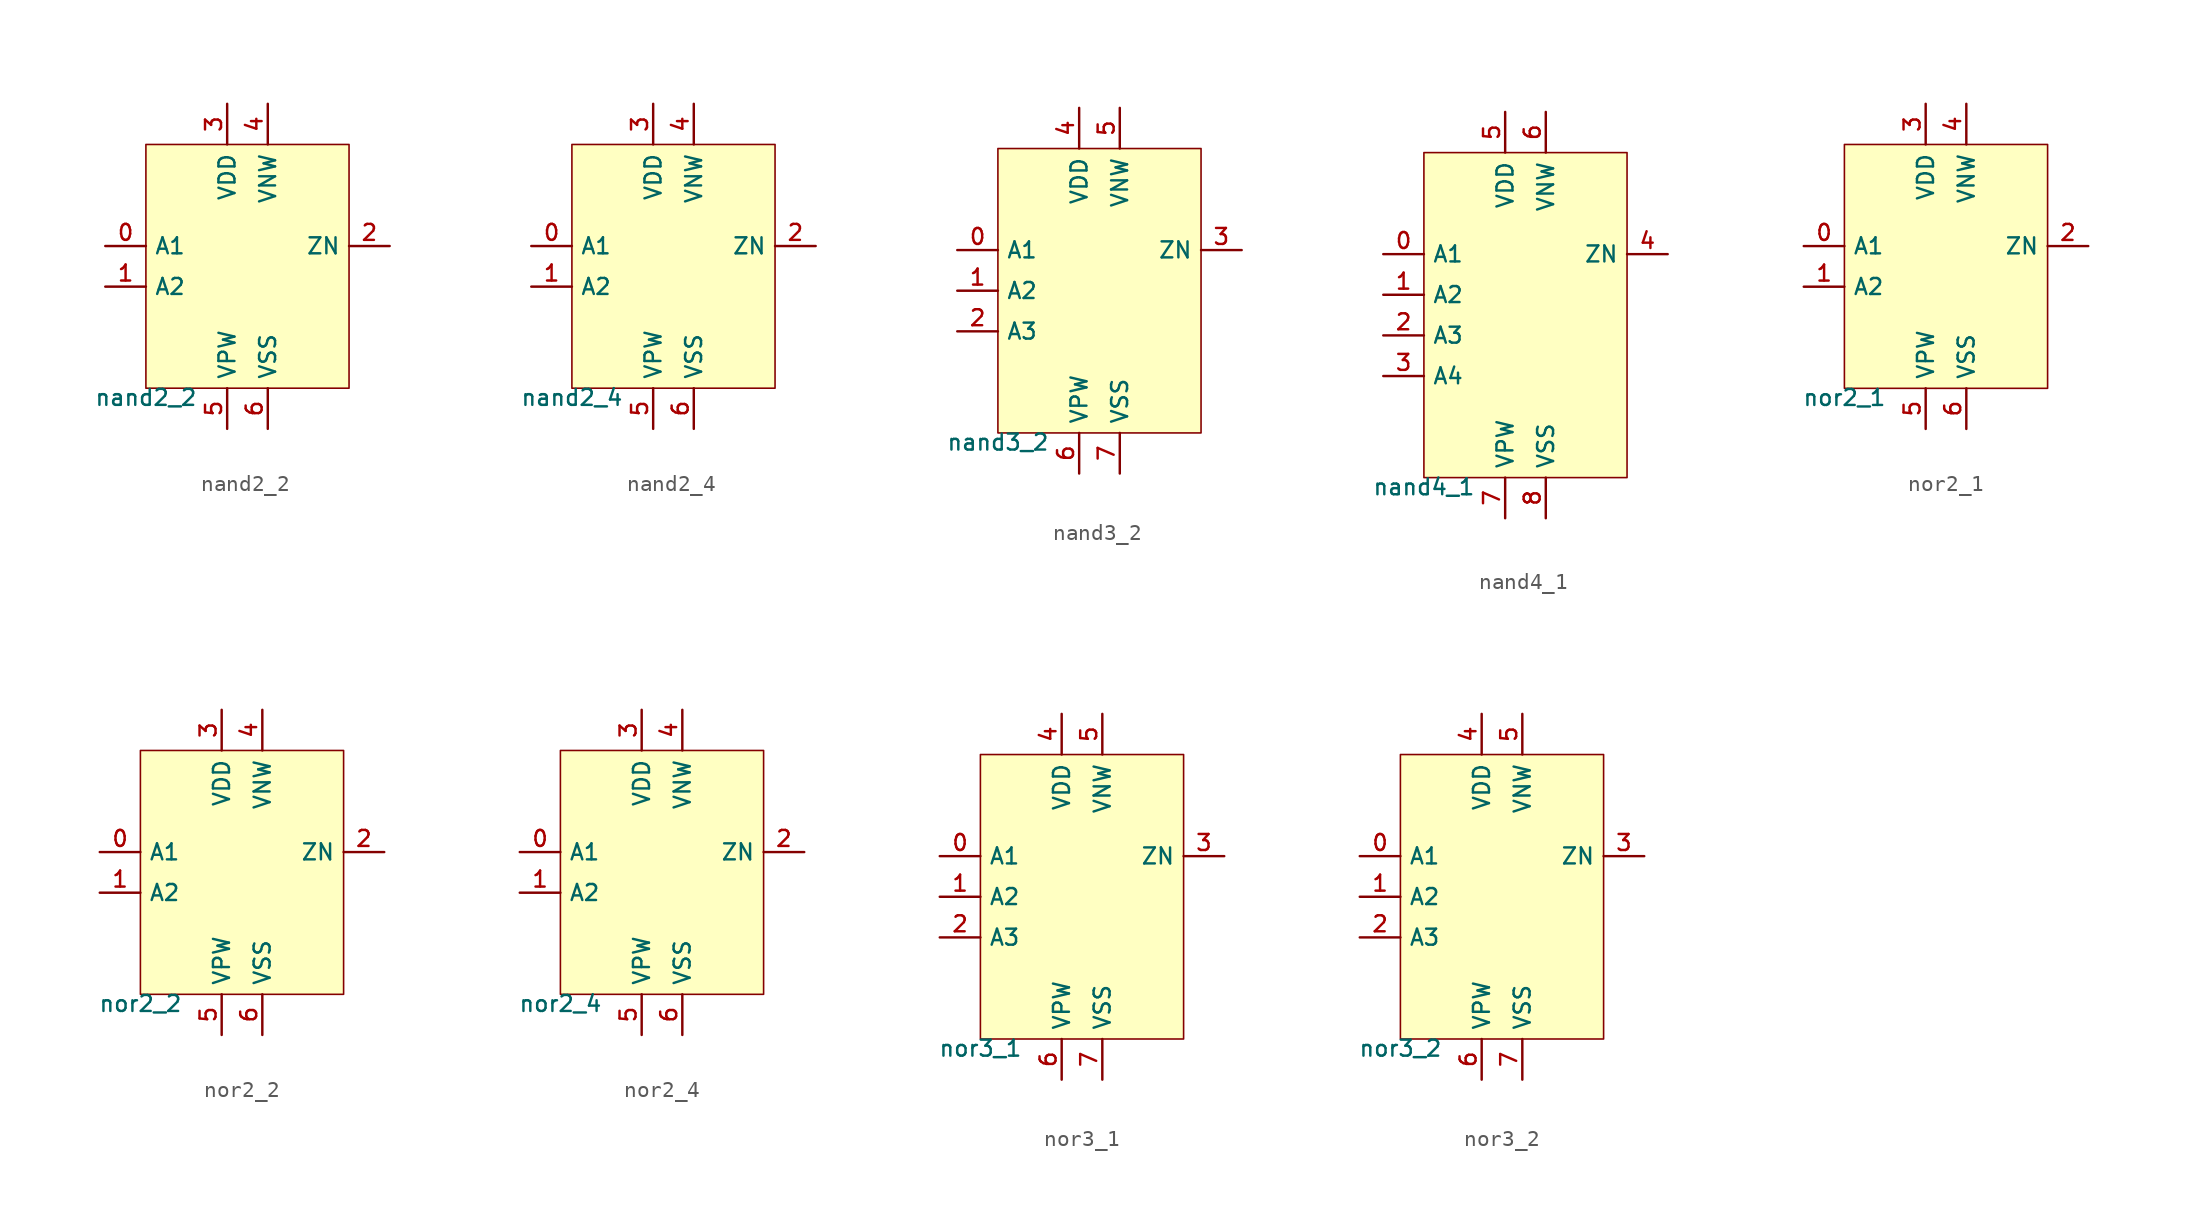
<source format=kicad_sym>
(kicad_symbol_lib
  (version 20211014)
  (generator pdk2kicad)
  (symbol "nand2_2"
    (property "Reference" "X"
      (at 0 0 0)
      (effects (font (size 1 1)) hide))
    (property "Value" "nand2_2"
      (at -6.35 -7.62 0)
      (effects (font (size 1 1)) (justify top)))
    (rectangle
      (start -6.35 -7.62)
      (end 6.35 7.62)
      (stroke (width 0.1) (type solid) (color 0 0 0 0))
      (fill (type background)))
    (pin input line
      (at -8.89 1.27 0)
      (length 2.54)
      (name "A1" (effects (font (size 1 1)) hide))
      (number "0" (effects (font (size 1 1)) hide)))
    (pin input line
      (at -8.89 -1.27 0)
      (length 2.54)
      (name "A2" (effects (font (size 1 1)) hide))
      (number "1" (effects (font (size 1 1)) hide)))
    (pin output line
      (at 8.89 1.27 180)
      (length 2.54)
      (name "ZN" (effects (font (size 1 1)) hide))
      (number "2" (effects (font (size 1 1)) hide)))
    (pin power_in line
      (at -1.27 10.16 270)
      (length 2.54)
      (name "VDD" (effects (font (size 1 1)) hide))
      (number "3" (effects (font (size 1 1)) hide)))
    (pin power_in line
      (at 1.27 10.16 270)
      (length 2.54)
      (name "VNW" (effects (font (size 1 1)) hide))
      (number "4" (effects (font (size 1 1)) hide)))
    (pin power_in line
      (at -1.27 -10.16 90)
      (length 2.54)
      (name "VPW" (effects (font (size 1 1)) hide))
      (number "5" (effects (font (size 1 1)) hide)))
    (pin power_in line
      (at 1.27 -10.16 90)
      (length 2.54)
      (name "VSS" (effects (font (size 1 1)) hide))
      (number "6" (effects (font (size 1 1)) hide))))
  (symbol "nand2_4"
    (property "Reference" "X"
      (at 0 0 0)
      (effects (font (size 1 1)) hide))
    (property "Value" "nand2_4"
      (at -6.35 -7.62 0)
      (effects (font (size 1 1)) (justify top)))
    (rectangle
      (start -6.35 -7.62)
      (end 6.35 7.62)
      (stroke (width 0.1) (type solid) (color 0 0 0 0))
      (fill (type background)))
    (pin input line
      (at -8.89 1.27 0)
      (length 2.54)
      (name "A1" (effects (font (size 1 1)) hide))
      (number "0" (effects (font (size 1 1)) hide)))
    (pin input line
      (at -8.89 -1.27 0)
      (length 2.54)
      (name "A2" (effects (font (size 1 1)) hide))
      (number "1" (effects (font (size 1 1)) hide)))
    (pin output line
      (at 8.89 1.27 180)
      (length 2.54)
      (name "ZN" (effects (font (size 1 1)) hide))
      (number "2" (effects (font (size 1 1)) hide)))
    (pin power_in line
      (at -1.27 10.16 270)
      (length 2.54)
      (name "VDD" (effects (font (size 1 1)) hide))
      (number "3" (effects (font (size 1 1)) hide)))
    (pin power_in line
      (at 1.27 10.16 270)
      (length 2.54)
      (name "VNW" (effects (font (size 1 1)) hide))
      (number "4" (effects (font (size 1 1)) hide)))
    (pin power_in line
      (at -1.27 -10.16 90)
      (length 2.54)
      (name "VPW" (effects (font (size 1 1)) hide))
      (number "5" (effects (font (size 1 1)) hide)))
    (pin power_in line
      (at 1.27 -10.16 90)
      (length 2.54)
      (name "VSS" (effects (font (size 1 1)) hide))
      (number "6" (effects (font (size 1 1)) hide))))
  (symbol "nand3_2"
    (property "Reference" "X"
      (at 0 0 0)
      (effects (font (size 1 1)) hide))
    (property "Value" "nand3_2"
      (at -6.35 -8.89 0)
      (effects (font (size 1 1)) (justify top)))
    (rectangle
      (start -6.35 -8.89)
      (end 6.35 8.89)
      (stroke (width 0.1) (type solid) (color 0 0 0 0))
      (fill (type background)))
    (pin input line
      (at -8.89 2.54 0)
      (length 2.54)
      (name "A1" (effects (font (size 1 1)) hide))
      (number "0" (effects (font (size 1 1)) hide)))
    (pin input line
      (at -8.89 4.440892098500626e-16 0)
      (length 2.54)
      (name "A2" (effects (font (size 1 1)) hide))
      (number "1" (effects (font (size 1 1)) hide)))
    (pin input line
      (at -8.89 -2.54 0)
      (length 2.54)
      (name "A3" (effects (font (size 1 1)) hide))
      (number "2" (effects (font (size 1 1)) hide)))
    (pin output line
      (at 8.89 2.54 180)
      (length 2.54)
      (name "ZN" (effects (font (size 1 1)) hide))
      (number "3" (effects (font (size 1 1)) hide)))
    (pin power_in line
      (at -1.27 11.43 270)
      (length 2.54)
      (name "VDD" (effects (font (size 1 1)) hide))
      (number "4" (effects (font (size 1 1)) hide)))
    (pin power_in line
      (at 1.27 11.43 270)
      (length 2.54)
      (name "VNW" (effects (font (size 1 1)) hide))
      (number "5" (effects (font (size 1 1)) hide)))
    (pin power_in line
      (at -1.27 -11.43 90)
      (length 2.54)
      (name "VPW" (effects (font (size 1 1)) hide))
      (number "6" (effects (font (size 1 1)) hide)))
    (pin power_in line
      (at 1.27 -11.43 90)
      (length 2.54)
      (name "VSS" (effects (font (size 1 1)) hide))
      (number "7" (effects (font (size 1 1)) hide))))
  (symbol "nand4_1"
    (property "Reference" "X"
      (at 0 0 0)
      (effects (font (size 1 1)) hide))
    (property "Value" "nand4_1"
      (at -6.35 -10.16 0)
      (effects (font (size 1 1)) (justify top)))
    (rectangle
      (start -6.35 -10.16)
      (end 6.35 10.16)
      (stroke (width 0.1) (type solid) (color 0 0 0 0))
      (fill (type background)))
    (pin input line
      (at -8.89 3.81 0)
      (length 2.54)
      (name "A1" (effects (font (size 1 1)) hide))
      (number "0" (effects (font (size 1 1)) hide)))
    (pin input line
      (at -8.89 1.27 0)
      (length 2.54)
      (name "A2" (effects (font (size 1 1)) hide))
      (number "1" (effects (font (size 1 1)) hide)))
    (pin input line
      (at -8.89 -1.27 0)
      (length 2.54)
      (name "A3" (effects (font (size 1 1)) hide))
      (number "2" (effects (font (size 1 1)) hide)))
    (pin input line
      (at -8.89 -3.81 0)
      (length 2.54)
      (name "A4" (effects (font (size 1 1)) hide))
      (number "3" (effects (font (size 1 1)) hide)))
    (pin output line
      (at 8.89 3.81 180)
      (length 2.54)
      (name "ZN" (effects (font (size 1 1)) hide))
      (number "4" (effects (font (size 1 1)) hide)))
    (pin power_in line
      (at -1.27 12.7 270)
      (length 2.54)
      (name "VDD" (effects (font (size 1 1)) hide))
      (number "5" (effects (font (size 1 1)) hide)))
    (pin power_in line
      (at 1.27 12.7 270)
      (length 2.54)
      (name "VNW" (effects (font (size 1 1)) hide))
      (number "6" (effects (font (size 1 1)) hide)))
    (pin power_in line
      (at -1.27 -12.7 90)
      (length 2.54)
      (name "VPW" (effects (font (size 1 1)) hide))
      (number "7" (effects (font (size 1 1)) hide)))
    (pin power_in line
      (at 1.27 -12.7 90)
      (length 2.54)
      (name "VSS" (effects (font (size 1 1)) hide))
      (number "8" (effects (font (size 1 1)) hide))))
  (symbol "nor2_1"
    (property "Reference" "X"
      (at 0 0 0)
      (effects (font (size 1 1)) hide))
    (property "Value" "nor2_1"
      (at -6.35 -7.62 0)
      (effects (font (size 1 1)) (justify top)))
    (rectangle
      (start -6.35 -7.62)
      (end 6.35 7.62)
      (stroke (width 0.1) (type solid) (color 0 0 0 0))
      (fill (type background)))
    (pin input line
      (at -8.89 1.27 0)
      (length 2.54)
      (name "A1" (effects (font (size 1 1)) hide))
      (number "0" (effects (font (size 1 1)) hide)))
    (pin input line
      (at -8.89 -1.27 0)
      (length 2.54)
      (name "A2" (effects (font (size 1 1)) hide))
      (number "1" (effects (font (size 1 1)) hide)))
    (pin output line
      (at 8.89 1.27 180)
      (length 2.54)
      (name "ZN" (effects (font (size 1 1)) hide))
      (number "2" (effects (font (size 1 1)) hide)))
    (pin power_in line
      (at -1.27 10.16 270)
      (length 2.54)
      (name "VDD" (effects (font (size 1 1)) hide))
      (number "3" (effects (font (size 1 1)) hide)))
    (pin power_in line
      (at 1.27 10.16 270)
      (length 2.54)
      (name "VNW" (effects (font (size 1 1)) hide))
      (number "4" (effects (font (size 1 1)) hide)))
    (pin power_in line
      (at -1.27 -10.16 90)
      (length 2.54)
      (name "VPW" (effects (font (size 1 1)) hide))
      (number "5" (effects (font (size 1 1)) hide)))
    (pin power_in line
      (at 1.27 -10.16 90)
      (length 2.54)
      (name "VSS" (effects (font (size 1 1)) hide))
      (number "6" (effects (font (size 1 1)) hide))))
  (symbol "nor2_2"
    (property "Reference" "X"
      (at 0 0 0)
      (effects (font (size 1 1)) hide))
    (property "Value" "nor2_2"
      (at -6.35 -7.62 0)
      (effects (font (size 1 1)) (justify top)))
    (rectangle
      (start -6.35 -7.62)
      (end 6.35 7.62)
      (stroke (width 0.1) (type solid) (color 0 0 0 0))
      (fill (type background)))
    (pin input line
      (at -8.89 1.27 0)
      (length 2.54)
      (name "A1" (effects (font (size 1 1)) hide))
      (number "0" (effects (font (size 1 1)) hide)))
    (pin input line
      (at -8.89 -1.27 0)
      (length 2.54)
      (name "A2" (effects (font (size 1 1)) hide))
      (number "1" (effects (font (size 1 1)) hide)))
    (pin output line
      (at 8.89 1.27 180)
      (length 2.54)
      (name "ZN" (effects (font (size 1 1)) hide))
      (number "2" (effects (font (size 1 1)) hide)))
    (pin power_in line
      (at -1.27 10.16 270)
      (length 2.54)
      (name "VDD" (effects (font (size 1 1)) hide))
      (number "3" (effects (font (size 1 1)) hide)))
    (pin power_in line
      (at 1.27 10.16 270)
      (length 2.54)
      (name "VNW" (effects (font (size 1 1)) hide))
      (number "4" (effects (font (size 1 1)) hide)))
    (pin power_in line
      (at -1.27 -10.16 90)
      (length 2.54)
      (name "VPW" (effects (font (size 1 1)) hide))
      (number "5" (effects (font (size 1 1)) hide)))
    (pin power_in line
      (at 1.27 -10.16 90)
      (length 2.54)
      (name "VSS" (effects (font (size 1 1)) hide))
      (number "6" (effects (font (size 1 1)) hide))))
  (symbol "nor2_4"
    (property "Reference" "X"
      (at 0 0 0)
      (effects (font (size 1 1)) hide))
    (property "Value" "nor2_4"
      (at -6.35 -7.62 0)
      (effects (font (size 1 1)) (justify top)))
    (rectangle
      (start -6.35 -7.62)
      (end 6.35 7.62)
      (stroke (width 0.1) (type solid) (color 0 0 0 0))
      (fill (type background)))
    (pin input line
      (at -8.89 1.27 0)
      (length 2.54)
      (name "A1" (effects (font (size 1 1)) hide))
      (number "0" (effects (font (size 1 1)) hide)))
    (pin input line
      (at -8.89 -1.27 0)
      (length 2.54)
      (name "A2" (effects (font (size 1 1)) hide))
      (number "1" (effects (font (size 1 1)) hide)))
    (pin output line
      (at 8.89 1.27 180)
      (length 2.54)
      (name "ZN" (effects (font (size 1 1)) hide))
      (number "2" (effects (font (size 1 1)) hide)))
    (pin power_in line
      (at -1.27 10.16 270)
      (length 2.54)
      (name "VDD" (effects (font (size 1 1)) hide))
      (number "3" (effects (font (size 1 1)) hide)))
    (pin power_in line
      (at 1.27 10.16 270)
      (length 2.54)
      (name "VNW" (effects (font (size 1 1)) hide))
      (number "4" (effects (font (size 1 1)) hide)))
    (pin power_in line
      (at -1.27 -10.16 90)
      (length 2.54)
      (name "VPW" (effects (font (size 1 1)) hide))
      (number "5" (effects (font (size 1 1)) hide)))
    (pin power_in line
      (at 1.27 -10.16 90)
      (length 2.54)
      (name "VSS" (effects (font (size 1 1)) hide))
      (number "6" (effects (font (size 1 1)) hide))))
  (symbol "nor3_1"
    (property "Reference" "X"
      (at 0 0 0)
      (effects (font (size 1 1)) hide))
    (property "Value" "nor3_1"
      (at -6.35 -8.89 0)
      (effects (font (size 1 1)) (justify top)))
    (rectangle
      (start -6.35 -8.89)
      (end 6.35 8.89)
      (stroke (width 0.1) (type solid) (color 0 0 0 0))
      (fill (type background)))
    (pin input line
      (at -8.89 2.54 0)
      (length 2.54)
      (name "A1" (effects (font (size 1 1)) hide))
      (number "0" (effects (font (size 1 1)) hide)))
    (pin input line
      (at -8.89 4.440892098500626e-16 0)
      (length 2.54)
      (name "A2" (effects (font (size 1 1)) hide))
      (number "1" (effects (font (size 1 1)) hide)))
    (pin input line
      (at -8.89 -2.54 0)
      (length 2.54)
      (name "A3" (effects (font (size 1 1)) hide))
      (number "2" (effects (font (size 1 1)) hide)))
    (pin output line
      (at 8.89 2.54 180)
      (length 2.54)
      (name "ZN" (effects (font (size 1 1)) hide))
      (number "3" (effects (font (size 1 1)) hide)))
    (pin power_in line
      (at -1.27 11.43 270)
      (length 2.54)
      (name "VDD" (effects (font (size 1 1)) hide))
      (number "4" (effects (font (size 1 1)) hide)))
    (pin power_in line
      (at 1.27 11.43 270)
      (length 2.54)
      (name "VNW" (effects (font (size 1 1)) hide))
      (number "5" (effects (font (size 1 1)) hide)))
    (pin power_in line
      (at -1.27 -11.43 90)
      (length 2.54)
      (name "VPW" (effects (font (size 1 1)) hide))
      (number "6" (effects (font (size 1 1)) hide)))
    (pin power_in line
      (at 1.27 -11.43 90)
      (length 2.54)
      (name "VSS" (effects (font (size 1 1)) hide))
      (number "7" (effects (font (size 1 1)) hide))))
  (symbol "nor3_2"
    (property "Reference" "X"
      (at 0 0 0)
      (effects (font (size 1 1)) hide))
    (property "Value" "nor3_2"
      (at -6.35 -8.89 0)
      (effects (font (size 1 1)) (justify top)))
    (rectangle
      (start -6.35 -8.89)
      (end 6.35 8.89)
      (stroke (width 0.1) (type solid) (color 0 0 0 0))
      (fill (type background)))
    (pin input line
      (at -8.89 2.54 0)
      (length 2.54)
      (name "A1" (effects (font (size 1 1)) hide))
      (number "0" (effects (font (size 1 1)) hide)))
    (pin input line
      (at -8.89 4.440892098500626e-16 0)
      (length 2.54)
      (name "A2" (effects (font (size 1 1)) hide))
      (number "1" (effects (font (size 1 1)) hide)))
    (pin input line
      (at -8.89 -2.54 0)
      (length 2.54)
      (name "A3" (effects (font (size 1 1)) hide))
      (number "2" (effects (font (size 1 1)) hide)))
    (pin output line
      (at 8.89 2.54 180)
      (length 2.54)
      (name "ZN" (effects (font (size 1 1)) hide))
      (number "3" (effects (font (size 1 1)) hide)))
    (pin power_in line
      (at -1.27 11.43 270)
      (length 2.54)
      (name "VDD" (effects (font (size 1 1)) hide))
      (number "4" (effects (font (size 1 1)) hide)))
    (pin power_in line
      (at 1.27 11.43 270)
      (length 2.54)
      (name "VNW" (effects (font (size 1 1)) hide))
      (number "5" (effects (font (size 1 1)) hide)))
    (pin power_in line
      (at -1.27 -11.43 90)
      (length 2.54)
      (name "VPW" (effects (font (size 1 1)) hide))
      (number "6" (effects (font (size 1 1)) hide)))
    (pin power_in line
      (at 1.27 -11.43 90)
      (length 2.54)
      (name "VSS" (effects (font (size 1 1)) hide))
      (number "7" (effects (font (size 1 1)) hide)))))
</source>
